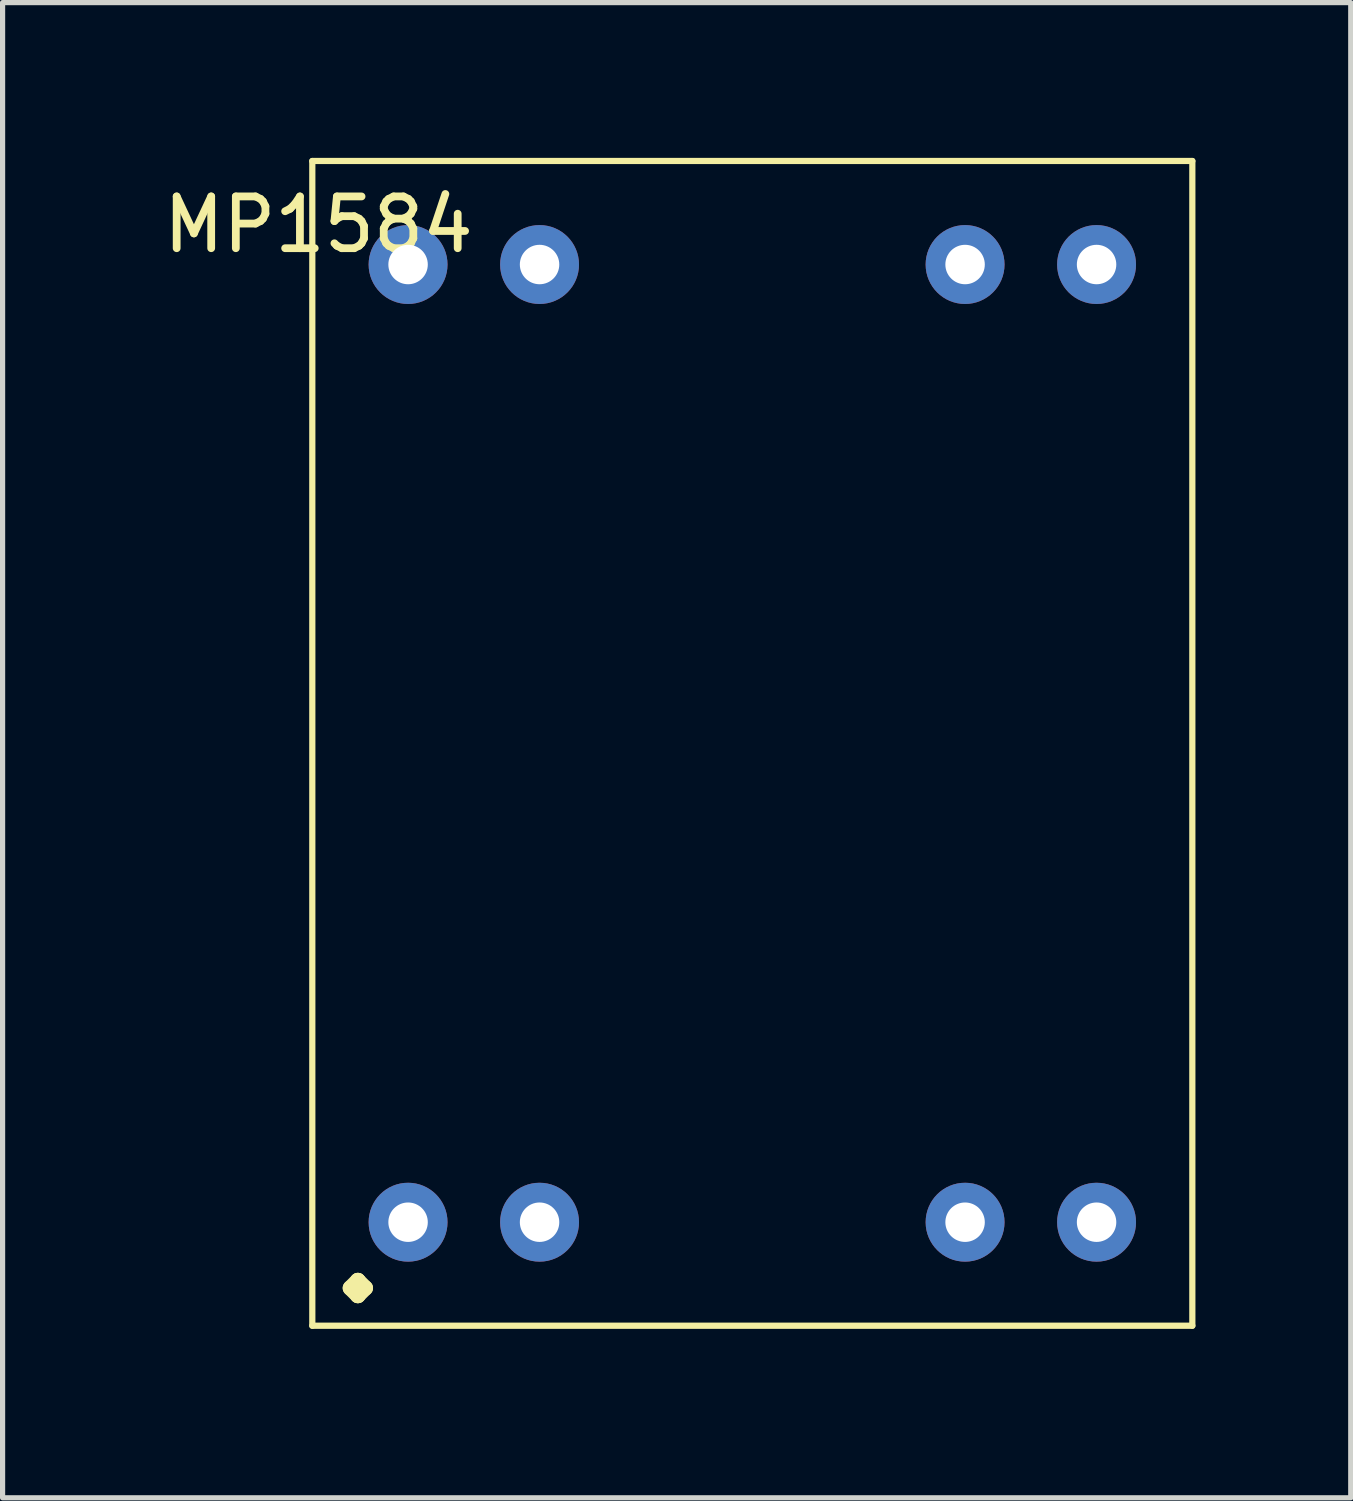
<source format=kicad_pcb>
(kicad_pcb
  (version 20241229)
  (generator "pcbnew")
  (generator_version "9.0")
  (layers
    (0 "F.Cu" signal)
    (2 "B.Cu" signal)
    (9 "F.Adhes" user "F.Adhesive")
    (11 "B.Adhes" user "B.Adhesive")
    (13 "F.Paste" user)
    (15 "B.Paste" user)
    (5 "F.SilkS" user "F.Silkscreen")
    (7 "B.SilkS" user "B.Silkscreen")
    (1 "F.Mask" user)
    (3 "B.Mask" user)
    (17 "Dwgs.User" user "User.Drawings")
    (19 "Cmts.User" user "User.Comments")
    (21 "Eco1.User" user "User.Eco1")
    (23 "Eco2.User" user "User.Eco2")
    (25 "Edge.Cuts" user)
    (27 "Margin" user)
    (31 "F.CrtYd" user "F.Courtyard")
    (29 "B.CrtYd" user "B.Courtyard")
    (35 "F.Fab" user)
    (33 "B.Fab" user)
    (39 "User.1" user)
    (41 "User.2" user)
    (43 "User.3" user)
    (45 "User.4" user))
  (footprint "MP1584"
    (layer "F.Cu")
    (at 11.483 2.06)
    (property "Reference" "MP1584" (at -8.382 -0.77 0) (layer "F.SilkS") (effects (font (size 1 1) (thickness 0.15))))
    (attr through_hole)
    (fp_line (start -8.5 -2) (end 8.5 -2) (stroke (width 0.12) (type solid)) (layer "F.SilkS"))
    (fp_line (start -8.5 20.5) (end -8.5 -2) (stroke (width 0.12) (type solid)) (layer "F.SilkS"))
    (fp_line (start -8.5 20.5) (end 8.5 20.5) (stroke (width 0.12) (type solid)) (layer "F.SilkS"))
    (fp_line (start 8.5 -2) (end 8.5 20.5) (stroke (width 0.12) (type solid)) (layer "F.SilkS"))
    (fp_text user "." (at -7.62 18.542 0) (layer "F.SilkS") (effects (font (size 3 3) (thickness 0.3))))
    (pad "1" thru_hole circle (at -6.65 18.5) (size 1.524 1.524) (drill 0.762) (layers "*.Cu" "*.Mask"))
    (pad "2" thru_hole circle (at -4.11 18.5) (size 1.524 1.524) (drill 0.762) (layers "*.Cu" "*.Mask"))
    (pad "3" thru_hole circle (at 4.11 18.5) (size 1.524 1.524) (drill 0.762) (layers "*.Cu" "*.Mask"))
    (pad "4" thru_hole circle (at 6.65 18.5) (size 1.524 1.524) (drill 0.762) (layers "*.Cu" "*.Mask"))
    (pad "5" thru_hole circle (at 6.65 0) (size 1.524 1.524) (drill 0.762) (layers "*.Cu" "*.Mask"))
    (pad "6" thru_hole circle (at 4.11 0) (size 1.524 1.524) (drill 0.762) (layers "*.Cu" "*.Mask"))
    (pad "7" thru_hole circle (at -4.11 0) (size 1.524 1.524) (drill 0.762) (layers "*.Cu" "*.Mask"))
    (pad "8" thru_hole circle (at -6.65 0) (size 1.524 1.524) (drill 0.762) (layers "*.Cu" "*.Mask")))
  (gr_rect
    (start -3 -3)
    (end 23.043 25.884)
    (stroke (width 0.1) (type default))
    (fill no)
    (layer "Edge.Cuts")))
</source>
